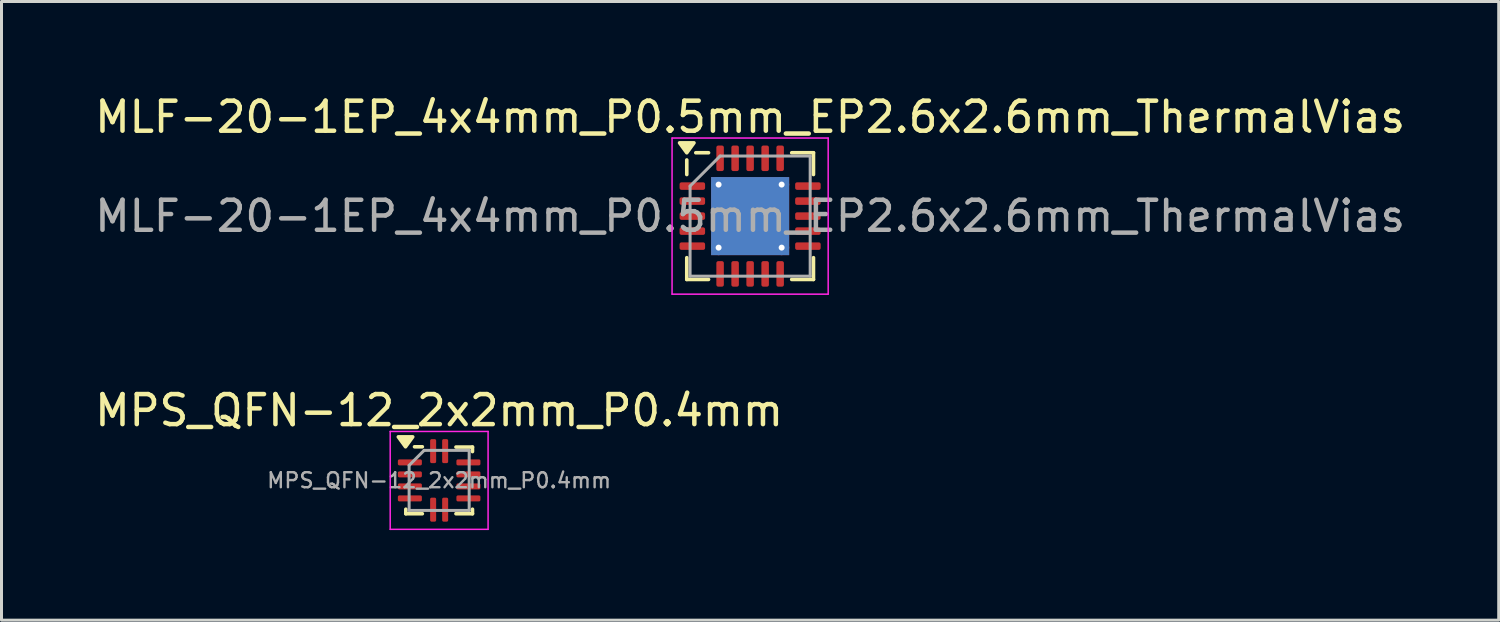
<source format=kicad_pcb>
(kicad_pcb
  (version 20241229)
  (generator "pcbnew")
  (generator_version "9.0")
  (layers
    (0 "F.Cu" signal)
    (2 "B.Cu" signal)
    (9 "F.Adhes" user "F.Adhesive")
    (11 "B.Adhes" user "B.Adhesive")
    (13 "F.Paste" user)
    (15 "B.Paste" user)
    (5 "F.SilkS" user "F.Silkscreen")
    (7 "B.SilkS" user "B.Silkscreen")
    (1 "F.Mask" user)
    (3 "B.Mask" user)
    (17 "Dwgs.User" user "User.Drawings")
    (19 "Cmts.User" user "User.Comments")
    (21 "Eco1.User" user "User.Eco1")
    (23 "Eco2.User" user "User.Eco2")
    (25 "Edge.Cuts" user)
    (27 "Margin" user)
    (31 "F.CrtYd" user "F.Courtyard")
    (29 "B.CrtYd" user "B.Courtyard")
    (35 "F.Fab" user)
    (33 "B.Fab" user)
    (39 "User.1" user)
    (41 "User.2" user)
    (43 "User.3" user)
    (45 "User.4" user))
  (footprint "MPS_QFN-12_2x2mm_P0.4mm"
    (layer "F.Cu")
    (at 11.577 12.951)
    (property "Reference" "MPS_QFN-12_2x2mm_P0.4mm" (at 0 -2.33 0) (layer "F.SilkS") (effects (font (size 1 1) (thickness 0.15))))
    (attr smd)
    (fp_line (start -1.11 1.11) (end -1.11 0.96) (stroke (width 0.12) (type solid)) (layer "F.SilkS"))
    (fp_line (start -0.56 -1.12) (end -0.82 -1.12) (stroke (width 0.12) (type solid)) (layer "F.SilkS"))
    (fp_line (start -0.56 1.11) (end -1.11 1.11) (stroke (width 0.12) (type solid)) (layer "F.SilkS"))
    (fp_line (start 0.56 -1.11) (end 1.11 -1.11) (stroke (width 0.12) (type solid)) (layer "F.SilkS"))
    (fp_line (start 0.56 1.11) (end 1.11 1.11) (stroke (width 0.12) (type solid)) (layer "F.SilkS"))
    (fp_line (start 1.11 -1.11) (end 1.11 -0.96) (stroke (width 0.12) (type solid)) (layer "F.SilkS"))
    (fp_line (start 1.11 1.11) (end 1.11 0.96) (stroke (width 0.12) (type solid)) (layer "F.SilkS"))
    (fp_poly (pts (xy -1.12 -1.12) (xy -1.36 -1.45) (xy -0.88 -1.45) (xy -1.12 -1.12)) (stroke (width 0.12) (type solid)) (fill yes) (layer "F.SilkS"))
    (fp_line (start -1.63 -1.63) (end -1.63 1.63) (stroke (width 0.05) (type solid)) (layer "F.CrtYd"))
    (fp_line (start -1.63 1.63) (end 1.63 1.63) (stroke (width 0.05) (type solid)) (layer "F.CrtYd"))
    (fp_line (start 1.63 -1.63) (end -1.63 -1.63) (stroke (width 0.05) (type solid)) (layer "F.CrtYd"))
    (fp_line (start 1.63 1.63) (end 1.63 -1.63) (stroke (width 0.05) (type solid)) (layer "F.CrtYd"))
    (fp_line (start -1 -0.5) (end -0.5 -1) (stroke (width 0.1) (type solid)) (layer "F.Fab"))
    (fp_line (start -1 1) (end -1 -0.5) (stroke (width 0.1) (type solid)) (layer "F.Fab"))
    (fp_line (start -0.5 -1) (end 1 -1) (stroke (width 0.1) (type solid)) (layer "F.Fab"))
    (fp_line (start 1 -1) (end 1 1) (stroke (width 0.1) (type solid)) (layer "F.Fab"))
    (fp_line (start 1 1) (end -1 1) (stroke (width 0.1) (type solid)) (layer "F.Fab"))
    (fp_text user "${REFERENCE}" (at 0 0 0) (layer "F.Fab") (effects (font (size 0.5 0.5) (thickness 0.08))))
    (pad "1" smd roundrect (at -0.975 -0.6) (size 0.8 0.2) (layers "F.Cu" "F.Mask" "F.Paste") (roundrect_rratio 0.25))
    (pad "2" smd roundrect (at -0.975 -0.2) (size 0.8 0.2) (layers "F.Cu" "F.Mask" "F.Paste") (roundrect_rratio 0.25))
    (pad "3" smd roundrect (at -0.975 0.2) (size 0.8 0.2) (layers "F.Cu" "F.Mask" "F.Paste") (roundrect_rratio 0.25))
    (pad "4" smd roundrect (at -0.975 0.6) (size 0.8 0.2) (layers "F.Cu" "F.Mask" "F.Paste") (roundrect_rratio 0.25))
    (pad "5" smd roundrect (at -0.2 0.975) (size 0.2 0.8) (layers "F.Cu" "F.Mask" "F.Paste") (roundrect_rratio 0.25))
    (pad "6" smd roundrect (at 0.2 0.975) (size 0.2 0.8) (layers "F.Cu" "F.Mask" "F.Paste") (roundrect_rratio 0.25))
    (pad "7" smd roundrect (at 0.975 0.6) (size 0.8 0.2) (layers "F.Cu" "F.Mask" "F.Paste") (roundrect_rratio 0.25))
    (pad "8" smd roundrect (at 0.975 0.2) (size 0.8 0.2) (layers "F.Cu" "F.Mask" "F.Paste") (roundrect_rratio 0.25))
    (pad "9" smd roundrect (at 0.975 -0.2) (size 0.8 0.2) (layers "F.Cu" "F.Mask" "F.Paste") (roundrect_rratio 0.25))
    (pad "10" smd roundrect (at 0.975 -0.6) (size 0.8 0.2) (layers "F.Cu" "F.Mask" "F.Paste") (roundrect_rratio 0.25))
    (pad "11" smd roundrect (at 0.2 -0.975) (size 0.2 0.8) (layers "F.Cu" "F.Mask" "F.Paste") (roundrect_rratio 0.25))
    (pad "12" smd roundrect (at -0.2 -0.975) (size 0.2 0.8) (layers "F.Cu" "F.Mask" "F.Paste") (roundrect_rratio 0.25)))
  (footprint "MLF-20-1EP_4x4mm_P0.5mm_EP2.6x2.6mm_ThermalVias"
    (layer "F.Cu")
    (at 21.935 4.148)
    (property "Reference" "MLF-20-1EP_4x4mm_P0.5mm_EP2.6x2.6mm_ThermalVias" (at 0 -3.3 0) (layer "F.SilkS") (effects (font (size 1 1) (thickness 0.15))))
    (attr smd)
    (fp_line (start -2.11 -1.385) (end -2.11 -1.87) (stroke (width 0.12) (type solid)) (layer "F.SilkS"))
    (fp_line (start -2.11 2.11) (end -2.11 1.385) (stroke (width 0.12) (type solid)) (layer "F.SilkS"))
    (fp_line (start -1.385 -2.11) (end -1.81 -2.11) (stroke (width 0.12) (type solid)) (layer "F.SilkS"))
    (fp_line (start -1.385 2.11) (end -2.11 2.11) (stroke (width 0.12) (type solid)) (layer "F.SilkS"))
    (fp_line (start 1.385 -2.11) (end 2.11 -2.11) (stroke (width 0.12) (type solid)) (layer "F.SilkS"))
    (fp_line (start 1.385 2.11) (end 2.11 2.11) (stroke (width 0.12) (type solid)) (layer "F.SilkS"))
    (fp_line (start 2.11 -2.11) (end 2.11 -1.385) (stroke (width 0.12) (type solid)) (layer "F.SilkS"))
    (fp_line (start 2.11 2.11) (end 2.11 1.385) (stroke (width 0.12) (type solid)) (layer "F.SilkS"))
    (fp_poly (pts (xy -2.11 -2.11) (xy -2.35 -2.44) (xy -1.87 -2.44) (xy -2.11 -2.11)) (stroke (width 0.12) (type solid)) (fill yes) (layer "F.SilkS"))
    (fp_line (start -2.6 -2.6) (end -2.6 2.6) (stroke (width 0.05) (type solid)) (layer "F.CrtYd"))
    (fp_line (start -2.6 2.6) (end 2.6 2.6) (stroke (width 0.05) (type solid)) (layer "F.CrtYd"))
    (fp_line (start 2.6 -2.6) (end -2.6 -2.6) (stroke (width 0.05) (type solid)) (layer "F.CrtYd"))
    (fp_line (start 2.6 2.6) (end 2.6 -2.6) (stroke (width 0.05) (type solid)) (layer "F.CrtYd"))
    (fp_line (start -2 -1) (end -1 -2) (stroke (width 0.1) (type solid)) (layer "F.Fab"))
    (fp_line (start -2 2) (end -2 -1) (stroke (width 0.1) (type solid)) (layer "F.Fab"))
    (fp_line (start -1 -2) (end 2 -2) (stroke (width 0.1) (type solid)) (layer "F.Fab"))
    (fp_line (start 2 -2) (end 2 2) (stroke (width 0.1) (type solid)) (layer "F.Fab"))
    (fp_line (start 2 2) (end -2 2) (stroke (width 0.1) (type solid)) (layer "F.Fab"))
    (fp_text user "${REFERENCE}" (at 0 0 0) (layer "F.Fab") (effects (font (size 1 1) (thickness 0.15))))
    (pad "" smd roundrect (at -0.65 -0.65) (size 1.13 1.13) (layers "F.Paste") (roundrect_rratio 0.221))
    (pad "" smd roundrect (at -0.65 0.65) (size 1.13 1.13) (layers "F.Paste") (roundrect_rratio 0.221))
    (pad "" smd roundrect (at 0.65 -0.65) (size 1.13 1.13) (layers "F.Paste") (roundrect_rratio 0.221))
    (pad "" smd roundrect (at 0.65 0.65) (size 1.13 1.13) (layers "F.Paste") (roundrect_rratio 0.221))
    (pad "1" smd roundrect (at -1.925 -1) (size 0.85 0.25) (layers "F.Cu" "F.Mask" "F.Paste") (roundrect_rratio 0.25))
    (pad "2" smd roundrect (at -1.925 -0.5) (size 0.85 0.25) (layers "F.Cu" "F.Mask" "F.Paste") (roundrect_rratio 0.25))
    (pad "3" smd roundrect (at -1.925 0) (size 0.85 0.25) (layers "F.Cu" "F.Mask" "F.Paste") (roundrect_rratio 0.25))
    (pad "4" smd roundrect (at -1.925 0.5) (size 0.85 0.25) (layers "F.Cu" "F.Mask" "F.Paste") (roundrect_rratio 0.25))
    (pad "5" smd roundrect (at -1.925 1) (size 0.85 0.25) (layers "F.Cu" "F.Mask" "F.Paste") (roundrect_rratio 0.25))
    (pad "6" smd roundrect (at -1 1.925) (size 0.25 0.85) (layers "F.Cu" "F.Mask" "F.Paste") (roundrect_rratio 0.25))
    (pad "7" smd roundrect (at -0.5 1.925) (size 0.25 0.85) (layers "F.Cu" "F.Mask" "F.Paste") (roundrect_rratio 0.25))
    (pad "8" smd roundrect (at 0 1.925) (size 0.25 0.85) (layers "F.Cu" "F.Mask" "F.Paste") (roundrect_rratio 0.25))
    (pad "9" smd roundrect (at 0.5 1.925) (size 0.25 0.85) (layers "F.Cu" "F.Mask" "F.Paste") (roundrect_rratio 0.25))
    (pad "10" smd roundrect (at 1 1.925) (size 0.25 0.85) (layers "F.Cu" "F.Mask" "F.Paste") (roundrect_rratio 0.25))
    (pad "11" smd roundrect (at 1.925 1) (size 0.85 0.25) (layers "F.Cu" "F.Mask" "F.Paste") (roundrect_rratio 0.25))
    (pad "12" smd roundrect (at 1.925 0.5) (size 0.85 0.25) (layers "F.Cu" "F.Mask" "F.Paste") (roundrect_rratio 0.25))
    (pad "13" smd roundrect (at 1.925 0) (size 0.85 0.25) (layers "F.Cu" "F.Mask" "F.Paste") (roundrect_rratio 0.25))
    (pad "14" smd roundrect (at 1.925 -0.5) (size 0.85 0.25) (layers "F.Cu" "F.Mask" "F.Paste") (roundrect_rratio 0.25))
    (pad "15" smd roundrect (at 1.925 -1) (size 0.85 0.25) (layers "F.Cu" "F.Mask" "F.Paste") (roundrect_rratio 0.25))
    (pad "16" smd roundrect (at 1 -1.925) (size 0.25 0.85) (layers "F.Cu" "F.Mask" "F.Paste") (roundrect_rratio 0.25))
    (pad "17" smd roundrect (at 0.5 -1.925) (size 0.25 0.85) (layers "F.Cu" "F.Mask" "F.Paste") (roundrect_rratio 0.25))
    (pad "18" smd roundrect (at 0 -1.925) (size 0.25 0.85) (layers "F.Cu" "F.Mask" "F.Paste") (roundrect_rratio 0.25))
    (pad "19" smd roundrect (at -0.5 -1.925) (size 0.25 0.85) (layers "F.Cu" "F.Mask" "F.Paste") (roundrect_rratio 0.25))
    (pad "20" smd roundrect (at -1 -1.925) (size 0.25 0.85) (layers "F.Cu" "F.Mask" "F.Paste") (roundrect_rratio 0.25))
    (pad "21" thru_hole circle (at -1.05 -1.05) (size 0.5 0.5) (drill 0.2) (property pad_prop_heatsink) (layers "*.Cu"))
    (pad "21" thru_hole circle (at -1.05 1.05) (size 0.5 0.5) (drill 0.2) (property pad_prop_heatsink) (layers "*.Cu"))
    (pad "21" smd rect (at 0 0) (size 2.6 2.6) (property pad_prop_heatsink) (layers "F.Cu" "F.Mask"))
    (pad "21" smd rect (at 0 0) (size 2.6 2.6) (property pad_prop_heatsink) (layers "B.Cu"))
    (pad "21" thru_hole circle (at 1.05 -1.05) (size 0.5 0.5) (drill 0.2) (property pad_prop_heatsink) (layers "*.Cu"))
    (pad "21" thru_hole circle (at 1.05 1.05) (size 0.5 0.5) (drill 0.2) (property pad_prop_heatsink) (layers "*.Cu")))
  (gr_rect
    (start -3 -3)
    (end 46.869 17.607)
    (stroke (width 0.1) (type default))
    (fill no)
    (layer "Edge.Cuts")))
</source>
